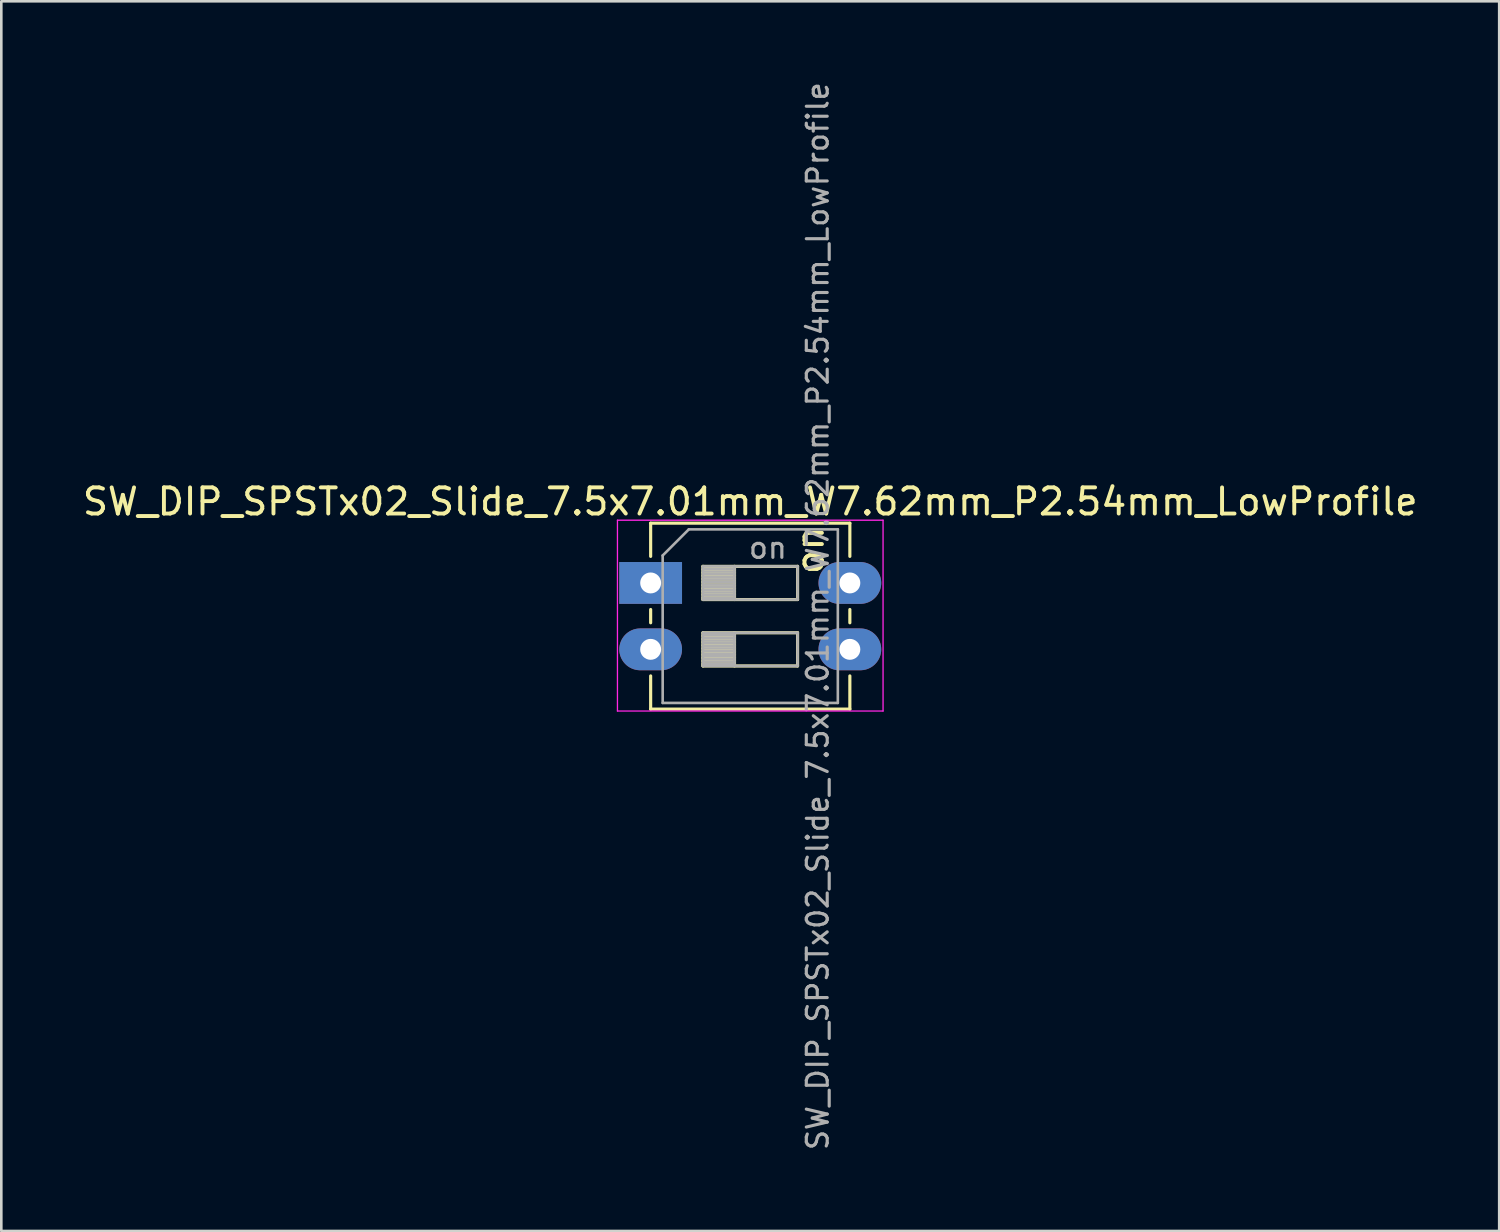
<source format=kicad_pcb>
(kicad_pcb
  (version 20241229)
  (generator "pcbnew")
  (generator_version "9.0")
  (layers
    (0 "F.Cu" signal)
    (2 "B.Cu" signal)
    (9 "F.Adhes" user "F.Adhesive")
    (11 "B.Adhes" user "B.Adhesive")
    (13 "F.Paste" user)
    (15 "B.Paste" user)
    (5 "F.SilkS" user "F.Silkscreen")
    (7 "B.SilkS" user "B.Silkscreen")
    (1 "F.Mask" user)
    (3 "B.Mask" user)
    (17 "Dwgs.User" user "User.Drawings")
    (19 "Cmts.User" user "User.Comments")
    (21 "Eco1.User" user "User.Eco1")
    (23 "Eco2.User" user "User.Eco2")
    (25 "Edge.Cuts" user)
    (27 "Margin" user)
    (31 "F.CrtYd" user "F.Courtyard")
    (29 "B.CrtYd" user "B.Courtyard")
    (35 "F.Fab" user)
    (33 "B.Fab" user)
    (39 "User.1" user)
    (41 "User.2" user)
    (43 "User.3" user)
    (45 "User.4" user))
  (footprint "SW_DIP_SPSTx02_Slide_7.5x7.01mm_W7.62mm_P2.54mm_LowProfile"
    (layer "F.Cu")
    (at 21.839 19.249)
    (property "Reference" "SW_DIP_SPSTx02_Slide_7.5x7.01mm_W7.62mm_P2.54mm_LowProfile" (at 3.81 -3.11 0) (layer "F.SilkS") (effects (font (size 1 1) (thickness 0.15))))
    (attr through_hole)
    (fp_line (start 0 -2.286) (end 7.62 -2.286) (stroke (width 0.12) (type solid)) (layer "F.SilkS"))
    (fp_line (start 0 -1.016) (end 0 -2.286) (stroke (width 0.12) (type solid)) (layer "F.SilkS"))
    (fp_line (start 0 1.016) (end 0 1.524) (stroke (width 0.12) (type solid)) (layer "F.SilkS"))
    (fp_line (start 0 3.556) (end 0 4.826) (stroke (width 0.12) (type solid)) (layer "F.SilkS"))
    (fp_line (start 0 4.826) (end 7.62 4.826) (stroke (width 0.12) (type solid)) (layer "F.SilkS"))
    (fp_line (start 2 -0.635) (end 2 0.635) (stroke (width 0.12) (type solid)) (layer "F.SilkS"))
    (fp_line (start 2 -0.515) (end 3.207 -0.515) (stroke (width 0.12) (type solid)) (layer "F.SilkS"))
    (fp_line (start 2 -0.395) (end 3.207 -0.395) (stroke (width 0.12) (type solid)) (layer "F.SilkS"))
    (fp_line (start 2 -0.275) (end 3.207 -0.275) (stroke (width 0.12) (type solid)) (layer "F.SilkS"))
    (fp_line (start 2 -0.155) (end 3.207 -0.155) (stroke (width 0.12) (type solid)) (layer "F.SilkS"))
    (fp_line (start 2 -0.035) (end 3.207 -0.035) (stroke (width 0.12) (type solid)) (layer "F.SilkS"))
    (fp_line (start 2 0.085) (end 3.207 0.085) (stroke (width 0.12) (type solid)) (layer "F.SilkS"))
    (fp_line (start 2 0.205) (end 3.207 0.205) (stroke (width 0.12) (type solid)) (layer "F.SilkS"))
    (fp_line (start 2 0.325) (end 3.207 0.325) (stroke (width 0.12) (type solid)) (layer "F.SilkS"))
    (fp_line (start 2 0.445) (end 3.207 0.445) (stroke (width 0.12) (type solid)) (layer "F.SilkS"))
    (fp_line (start 2 0.565) (end 3.207 0.565) (stroke (width 0.12) (type solid)) (layer "F.SilkS"))
    (fp_line (start 2 0.635) (end 5.62 0.635) (stroke (width 0.12) (type solid)) (layer "F.SilkS"))
    (fp_line (start 2 1.905) (end 2 3.175) (stroke (width 0.12) (type solid)) (layer "F.SilkS"))
    (fp_line (start 2 2.025) (end 3.207 2.025) (stroke (width 0.12) (type solid)) (layer "F.SilkS"))
    (fp_line (start 2 2.145) (end 3.207 2.145) (stroke (width 0.12) (type solid)) (layer "F.SilkS"))
    (fp_line (start 2 2.265) (end 3.207 2.265) (stroke (width 0.12) (type solid)) (layer "F.SilkS"))
    (fp_line (start 2 2.385) (end 3.207 2.385) (stroke (width 0.12) (type solid)) (layer "F.SilkS"))
    (fp_line (start 2 2.505) (end 3.207 2.505) (stroke (width 0.12) (type solid)) (layer "F.SilkS"))
    (fp_line (start 2 2.625) (end 3.207 2.625) (stroke (width 0.12) (type solid)) (layer "F.SilkS"))
    (fp_line (start 2 2.745) (end 3.207 2.745) (stroke (width 0.12) (type solid)) (layer "F.SilkS"))
    (fp_line (start 2 2.865) (end 3.207 2.865) (stroke (width 0.12) (type solid)) (layer "F.SilkS"))
    (fp_line (start 2 2.985) (end 3.207 2.985) (stroke (width 0.12) (type solid)) (layer "F.SilkS"))
    (fp_line (start 2 3.105) (end 3.207 3.105) (stroke (width 0.12) (type solid)) (layer "F.SilkS"))
    (fp_line (start 2 3.175) (end 5.62 3.175) (stroke (width 0.12) (type solid)) (layer "F.SilkS"))
    (fp_line (start 3.207 -0.635) (end 3.207 0.635) (stroke (width 0.12) (type solid)) (layer "F.SilkS"))
    (fp_line (start 3.207 1.905) (end 3.207 3.175) (stroke (width 0.12) (type solid)) (layer "F.SilkS"))
    (fp_line (start 5.62 -0.635) (end 2 -0.635) (stroke (width 0.12) (type solid)) (layer "F.SilkS"))
    (fp_line (start 5.62 0.635) (end 5.62 -0.635) (stroke (width 0.12) (type solid)) (layer "F.SilkS"))
    (fp_line (start 5.62 1.905) (end 2 1.905) (stroke (width 0.12) (type solid)) (layer "F.SilkS"))
    (fp_line (start 5.62 3.175) (end 5.62 1.905) (stroke (width 0.12) (type solid)) (layer "F.SilkS"))
    (fp_line (start 7.62 -2.286) (end 7.62 -1.016) (stroke (width 0.12) (type solid)) (layer "F.SilkS"))
    (fp_line (start 7.62 1.524) (end 7.62 1.016) (stroke (width 0.12) (type solid)) (layer "F.SilkS"))
    (fp_line (start 7.62 4.826) (end 7.62 3.556) (stroke (width 0.12) (type solid)) (layer "F.SilkS"))
    (fp_line (start -1.27 -2.4) (end -1.27 4.9) (stroke (width 0.05) (type solid)) (layer "F.CrtYd"))
    (fp_line (start -1.27 4.9) (end 8.89 4.9) (stroke (width 0.05) (type solid)) (layer "F.CrtYd"))
    (fp_line (start 8.89 -2.4) (end -1.27 -2.4) (stroke (width 0.05) (type solid)) (layer "F.CrtYd"))
    (fp_line (start 8.89 4.9) (end 8.89 -2.4) (stroke (width 0.05) (type solid)) (layer "F.CrtYd"))
    (fp_line (start 0.46 -1.05) (end 1.46 -2.05) (stroke (width 0.1) (type solid)) (layer "F.Fab"))
    (fp_line (start 0.46 4.59) (end 0.46 -1.05) (stroke (width 0.1) (type solid)) (layer "F.Fab"))
    (fp_line (start 1.46 -2.05) (end 7.16 -2.05) (stroke (width 0.1) (type solid)) (layer "F.Fab"))
    (fp_line (start 2 -0.635) (end 2 0.635) (stroke (width 0.1) (type solid)) (layer "F.Fab"))
    (fp_line (start 2 -0.535) (end 3.207 -0.535) (stroke (width 0.1) (type solid)) (layer "F.Fab"))
    (fp_line (start 2 -0.435) (end 3.207 -0.435) (stroke (width 0.1) (type solid)) (layer "F.Fab"))
    (fp_line (start 2 -0.335) (end 3.207 -0.335) (stroke (width 0.1) (type solid)) (layer "F.Fab"))
    (fp_line (start 2 -0.235) (end 3.207 -0.235) (stroke (width 0.1) (type solid)) (layer "F.Fab"))
    (fp_line (start 2 -0.135) (end 3.207 -0.135) (stroke (width 0.1) (type solid)) (layer "F.Fab"))
    (fp_line (start 2 -0.035) (end 3.207 -0.035) (stroke (width 0.1) (type solid)) (layer "F.Fab"))
    (fp_line (start 2 0.065) (end 3.207 0.065) (stroke (width 0.1) (type solid)) (layer "F.Fab"))
    (fp_line (start 2 0.165) (end 3.207 0.165) (stroke (width 0.1) (type solid)) (layer "F.Fab"))
    (fp_line (start 2 0.265) (end 3.207 0.265) (stroke (width 0.1) (type solid)) (layer "F.Fab"))
    (fp_line (start 2 0.365) (end 3.207 0.365) (stroke (width 0.1) (type solid)) (layer "F.Fab"))
    (fp_line (start 2 0.465) (end 3.207 0.465) (stroke (width 0.1) (type solid)) (layer "F.Fab"))
    (fp_line (start 2 0.565) (end 3.207 0.565) (stroke (width 0.1) (type solid)) (layer "F.Fab"))
    (fp_line (start 2 0.635) (end 5.62 0.635) (stroke (width 0.1) (type solid)) (layer "F.Fab"))
    (fp_line (start 2 1.905) (end 2 3.175) (stroke (width 0.1) (type solid)) (layer "F.Fab"))
    (fp_line (start 2 2.005) (end 3.207 2.005) (stroke (width 0.1) (type solid)) (layer "F.Fab"))
    (fp_line (start 2 2.105) (end 3.207 2.105) (stroke (width 0.1) (type solid)) (layer "F.Fab"))
    (fp_line (start 2 2.205) (end 3.207 2.205) (stroke (width 0.1) (type solid)) (layer "F.Fab"))
    (fp_line (start 2 2.305) (end 3.207 2.305) (stroke (width 0.1) (type solid)) (layer "F.Fab"))
    (fp_line (start 2 2.405) (end 3.207 2.405) (stroke (width 0.1) (type solid)) (layer "F.Fab"))
    (fp_line (start 2 2.505) (end 3.207 2.505) (stroke (width 0.1) (type solid)) (layer "F.Fab"))
    (fp_line (start 2 2.605) (end 3.207 2.605) (stroke (width 0.1) (type solid)) (layer "F.Fab"))
    (fp_line (start 2 2.705) (end 3.207 2.705) (stroke (width 0.1) (type solid)) (layer "F.Fab"))
    (fp_line (start 2 2.805) (end 3.207 2.805) (stroke (width 0.1) (type solid)) (layer "F.Fab"))
    (fp_line (start 2 2.905) (end 3.207 2.905) (stroke (width 0.1) (type solid)) (layer "F.Fab"))
    (fp_line (start 2 3.005) (end 3.207 3.005) (stroke (width 0.1) (type solid)) (layer "F.Fab"))
    (fp_line (start 2 3.105) (end 3.207 3.105) (stroke (width 0.1) (type solid)) (layer "F.Fab"))
    (fp_line (start 2 3.175) (end 5.62 3.175) (stroke (width 0.1) (type solid)) (layer "F.Fab"))
    (fp_line (start 3.207 -0.635) (end 3.207 0.635) (stroke (width 0.1) (type solid)) (layer "F.Fab"))
    (fp_line (start 3.207 1.905) (end 3.207 3.175) (stroke (width 0.1) (type solid)) (layer "F.Fab"))
    (fp_line (start 5.62 -0.635) (end 2 -0.635) (stroke (width 0.1) (type solid)) (layer "F.Fab"))
    (fp_line (start 5.62 0.635) (end 5.62 -0.635) (stroke (width 0.1) (type solid)) (layer "F.Fab"))
    (fp_line (start 5.62 1.905) (end 2 1.905) (stroke (width 0.1) (type solid)) (layer "F.Fab"))
    (fp_line (start 5.62 3.175) (end 5.62 1.905) (stroke (width 0.1) (type solid)) (layer "F.Fab"))
    (fp_line (start 7.16 -2.05) (end 7.16 4.59) (stroke (width 0.1) (type solid)) (layer "F.Fab"))
    (fp_line (start 7.16 4.59) (end 0.46 4.59) (stroke (width 0.1) (type solid)) (layer "F.Fab"))
    (fp_text user "on" (at 6.096 -1.25 270) (layer "F.SilkS") (effects (font (size 1 1) (thickness 0.15))))
    (fp_text user "on" (at 4.485 -1.343 0) (layer "F.Fab") (effects (font (size 0.8 0.8) (thickness 0.12))))
    (fp_text user "${REFERENCE}" (at 6.39 1.27 90) (layer "F.Fab") (effects (font (size 0.8 0.8) (thickness 0.12))))
    (pad "1" thru_hole rect (at 0 0) (size 2.4 1.6) (drill 0.8) (layers "*.Cu" "*.Mask"))
    (pad "2" thru_hole oval (at 0 2.54) (size 2.4 1.6) (drill 0.8) (layers "*.Cu" "*.Mask"))
    (pad "3" thru_hole oval (at 7.62 2.54) (size 2.4 1.6) (drill 0.8) (layers "*.Cu" "*.Mask"))
    (pad "4" thru_hole oval (at 7.62 0) (size 2.4 1.6) (drill 0.8) (layers "*.Cu" "*.Mask")))
  (gr_rect
    (start -3 -3)
    (end 54.298 44.038)
    (stroke (width 0.1) (type default))
    (fill no)
    (layer "Edge.Cuts")))
</source>
